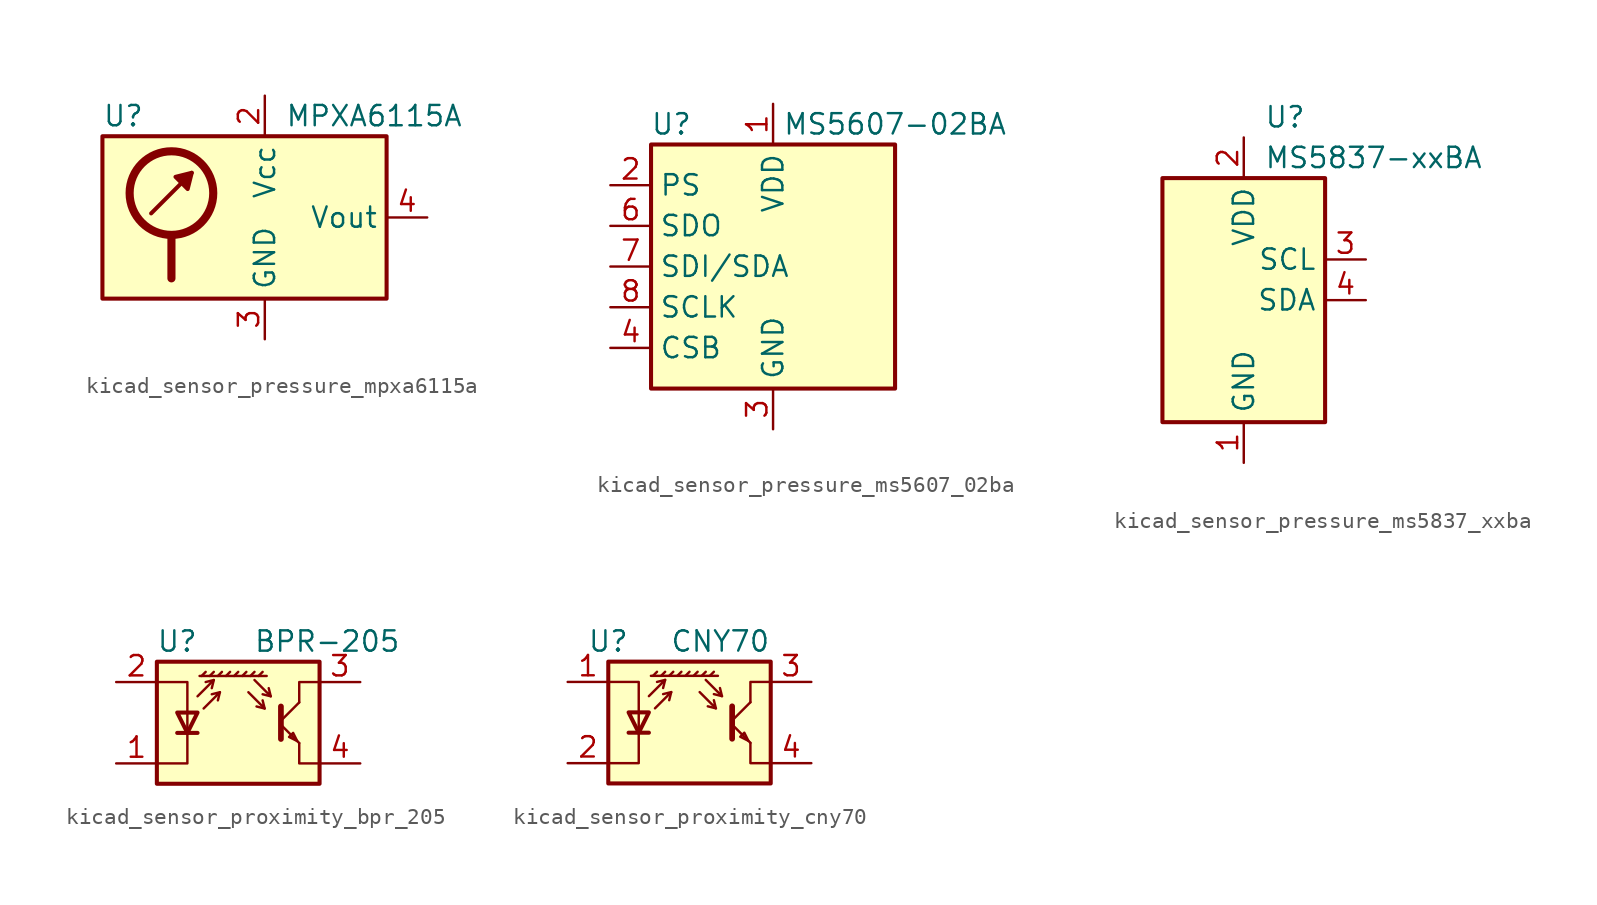
<source format=kicad_sym>
(kicad_symbol_lib
  (version 20220914)
  (generator kicad_symbol_editor)
  (symbol "kicad_sensor_pressure_mpxa6115a"
    (property "Reference" "U"
      (at -10.16 6.35 0)
      (effects (font (size 1.27 1.27)) (justify left)))
    (property "Value" "MPXA6115A"
      (at 1.27 6.35 0)
      (effects (font (size 1.27 1.27)) (justify left)))
    (symbol "kicad_sensor_pressure_mpxa6115a_0_1"
      (circle (center -5.842 1.524) (radius 2.616) (stroke (width 0.508) (type default)) (fill (type none)))
      (polyline (pts (xy -7.112 0.254) (xy -4.572 2.794)) (stroke (width 0.254) (type default)) (fill (type none)))
      (polyline (pts (xy -5.842 -1.27) (xy -5.842 -3.81)) (stroke (width 0.508) (type default)) (fill (type none)))
      (polyline (pts (xy -4.572 2.794) (xy -4.826 1.778) (xy -5.588 2.54) (xy -4.572 2.794)) (stroke (width 0.254) (type default)) (fill (type outline)))
      (rectangle (start 7.62 5.08) (end -10.16 -5.08) (stroke (width 0.254) (type default)) (fill (type background))))
    (symbol "kicad_sensor_pressure_mpxa6115a_1_1"
      (pin no_connect line (at 5.08 -5.08 90) (length 2.54) hide (name "NC" (effects (font (size 1.27 1.27)))) (number "1" (effects (font (size 1.27 1.27)))))
      (pin power_in line (at 0 7.62 270) (length 2.54) (name "Vcc" (effects (font (size 1.27 1.27)))) (number "2" (effects (font (size 1.27 1.27)))))
      (pin power_in line (at 0 -7.62 90) (length 2.54) (name "GND" (effects (font (size 1.27 1.27)))) (number "3" (effects (font (size 1.27 1.27)))))
      (pin output line (at 10.16 0 180) (length 2.54) (name "Vout" (effects (font (size 1.27 1.27)))) (number "4" (effects (font (size 1.27 1.27)))))
      (pin no_connect line (at -7.62 -5.08 90) (length 2.54) hide (name "NC" (effects (font (size 1.27 1.27)))) (number "5" (effects (font (size 1.27 1.27)))))
      (pin no_connect line (at -5.08 -5.08 90) (length 2.54) hide (name "NC" (effects (font (size 1.27 1.27)))) (number "6" (effects (font (size 1.27 1.27)))))
      (pin no_connect line (at -2.54 -5.08 90) (length 2.54) hide (name "NC" (effects (font (size 1.27 1.27)))) (number "7" (effects (font (size 1.27 1.27)))))
      (pin no_connect line (at 2.54 -5.08 90) (length 2.54) hide (name "NC" (effects (font (size 1.27 1.27)))) (number "8" (effects (font (size 1.27 1.27)))))))
  (symbol "kicad_sensor_pressure_ms5607_02ba"
    (property "Reference" "U"
      (at -6.35 8.89 0)
      (effects (font (size 1.27 1.27))))
    (property "Value" "MS5607-02BA"
      (at 7.62 8.89 0)
      (effects (font (size 1.27 1.27))))
    (symbol "kicad_sensor_pressure_ms5607_02ba_0_1"
      (rectangle (start -7.62 7.62) (end 7.62 -7.62) (stroke (width 0.254) (type default)) (fill (type background))))
    (symbol "kicad_sensor_pressure_ms5607_02ba_1_1"
      (pin power_in line (at 0 10.16 270) (length 2.54) (name "VDD" (effects (font (size 1.27 1.27)))) (number "1" (effects (font (size 1.27 1.27)))))
      (pin input line (at -10.16 5.08 0) (length 2.54) (name "PS" (effects (font (size 1.27 1.27)))) (number "2" (effects (font (size 1.27 1.27)))))
      (pin power_in line (at 0 -10.16 90) (length 2.54) (name "GND" (effects (font (size 1.27 1.27)))) (number "3" (effects (font (size 1.27 1.27)))))
      (pin input line (at -10.16 -5.08 0) (length 2.54) (name "CSB" (effects (font (size 1.27 1.27)))) (number "4" (effects (font (size 1.27 1.27)))))
      (pin input line (at -10.16 -5.08 0) (length 2.54) hide (name "CSB" (effects (font (size 1.27 1.27)))) (number "5" (effects (font (size 1.27 1.27)))))
      (pin output line (at -10.16 2.54 0) (length 2.54) (name "SDO" (effects (font (size 1.27 1.27)))) (number "6" (effects (font (size 1.27 1.27)))))
      (pin bidirectional line (at -10.16 0 0) (length 2.54) (name "SDI/SDA" (effects (font (size 1.27 1.27)))) (number "7" (effects (font (size 1.27 1.27)))))
      (pin input line (at -10.16 -2.54 0) (length 2.54) (name "SCLK" (effects (font (size 1.27 1.27)))) (number "8" (effects (font (size 1.27 1.27)))))))
  (symbol "kicad_sensor_pressure_ms5837_xxba"
    (property "Reference" "U"
      (at 1.27 11.43 0)
      (effects (font (size 1.27 1.27)) (justify left)))
    (property "Value" "MS5837-xxBA"
      (at 1.27 8.89 0)
      (effects (font (size 1.27 1.27)) (justify left)))
    (symbol "kicad_sensor_pressure_ms5837_xxba_0_1"
      (rectangle (start -5.08 7.62) (end 5.08 -7.62) (stroke (width 0.254) (type default)) (fill (type background))))
    (symbol "kicad_sensor_pressure_ms5837_xxba_1_1"
      (pin power_in line (at 0 -10.16 90) (length 2.54) (name "GND" (effects (font (size 1.27 1.27)))) (number "1" (effects (font (size 1.27 1.27)))))
      (pin power_in line (at 0 10.16 270) (length 2.54) (name "VDD" (effects (font (size 1.27 1.27)))) (number "2" (effects (font (size 1.27 1.27)))))
      (pin passive line (at 7.62 2.54 180) (length 2.54) (name "SCL" (effects (font (size 1.27 1.27)))) (number "3" (effects (font (size 1.27 1.27)))))
      (pin bidirectional line (at 7.62 0 180) (length 2.54) (name "SDA" (effects (font (size 1.27 1.27)))) (number "4" (effects (font (size 1.27 1.27)))))))
  (symbol "kicad_sensor_proximity_bpr_205"
    (pin_names
      (offset 1.016) hide)
    (property "Reference" "U"
      (at -3.81 5.08 0)
      (effects (font (size 1.27 1.27))))
    (property "Value" "BPR-205"
      (at 10.16 5.08 0)
      (effects (font (size 1.27 1.27)) (justify right)))
    (symbol "kicad_sensor_proximity_bpr_205_0_1"
      (polyline (pts (xy -3.81 -0.635) (xy -2.54 -0.635)) (stroke (width 0.254) (type default)) (fill (type none)))
      (polyline (pts (xy -2.286 2.921) (xy -2.032 3.175)) (stroke (width 0) (type default)) (fill (type none)))
      (polyline (pts (xy -1.778 2.921) (xy -1.524 3.175)) (stroke (width 0) (type default)) (fill (type none)))
      (polyline (pts (xy -1.524 2.667) (xy -1.651 2.159)) (stroke (width 0) (type default)) (fill (type none)))
      (polyline (pts (xy -1.27 2.921) (xy -1.016 3.175)) (stroke (width 0) (type default)) (fill (type none)))
      (polyline (pts (xy -1.143 1.905) (xy -1.27 1.397)) (stroke (width 0) (type default)) (fill (type none)))
      (polyline (pts (xy -0.762 2.921) (xy -0.508 3.175)) (stroke (width 0) (type default)) (fill (type none)))
      (polyline (pts (xy -0.254 2.921) (xy 0 3.175)) (stroke (width 0) (type default)) (fill (type none)))
      (polyline (pts (xy 0.254 2.921) (xy 0.508 3.175)) (stroke (width 0) (type default)) (fill (type none)))
      (polyline (pts (xy 0.762 2.921) (xy 1.016 3.175)) (stroke (width 0) (type default)) (fill (type none)))
      (polyline (pts (xy 1.27 2.921) (xy 1.524 3.175)) (stroke (width 0) (type default)) (fill (type none)))
      (polyline (pts (xy 1.651 0.889) (xy 1.143 1.016)) (stroke (width 0) (type default)) (fill (type none)))
      (polyline (pts (xy 1.778 2.921) (xy -2.413 2.921)) (stroke (width 0) (type default)) (fill (type none)))
      (polyline (pts (xy 2.032 1.651) (xy 1.524 1.778)) (stroke (width 0) (type default)) (fill (type none)))
      (polyline (pts (xy 2.667 -0.127) (xy 3.81 -1.27)) (stroke (width 0) (type default)) (fill (type none)))
      (polyline (pts (xy 2.667 0.127) (xy 3.81 1.27)) (stroke (width 0) (type default)) (fill (type none)))
      (polyline (pts (xy -2.54 1.651) (xy -1.524 2.667) (xy -2.032 2.54)) (stroke (width 0) (type default)) (fill (type none)))
      (polyline (pts (xy -2.159 0.889) (xy -1.143 1.905) (xy -1.651 1.778)) (stroke (width 0) (type default)) (fill (type none)))
      (polyline (pts (xy 0.635 1.905) (xy 1.651 0.889) (xy 1.524 1.397)) (stroke (width 0) (type default)) (fill (type none)))
      (polyline (pts (xy 1.016 2.667) (xy 2.032 1.651) (xy 1.905 2.159)) (stroke (width 0) (type default)) (fill (type none)))
      (polyline (pts (xy 2.667 1.016) (xy 2.667 -1.016) (xy 2.667 -1.016)) (stroke (width 0.356) (type default)) (fill (type none)))
      (polyline (pts (xy 3.81 -1.27) (xy 3.81 -2.54) (xy 5.08 -2.54)) (stroke (width 0) (type default)) (fill (type none)))
      (polyline (pts (xy 3.81 1.27) (xy 3.81 2.54) (xy 5.08 2.54)) (stroke (width 0) (type default)) (fill (type none)))
      (polyline (pts (xy -5.08 -2.54) (xy -3.175 -2.54) (xy -3.175 2.54) (xy -5.08 2.54)) (stroke (width 0) (type default)) (fill (type none)))
      (polyline (pts (xy -3.175 -0.635) (xy -3.81 0.635) (xy -2.54 0.635) (xy -3.175 -0.635)) (stroke (width 0.254) (type default)) (fill (type none)))
      (polyline (pts (xy 3.683 -1.143) (xy 3.429 -0.635) (xy 3.175 -0.889) (xy 3.683 -1.143)) (stroke (width 0) (type default)) (fill (type none)))
      (polyline (pts (xy -5.08 -3.81) (xy 5.08 -3.81) (xy 5.08 3.81) (xy -5.08 3.81) (xy -5.08 -3.81)) (stroke (width 0.254) (type default)) (fill (type background))))
    (symbol "kicad_sensor_proximity_bpr_205_1_1"
      (pin passive line (at -7.62 -2.54 0) (length 2.54) (name "K" (effects (font (size 1.27 1.27)))) (number "1" (effects (font (size 1.27 1.27)))))
      (pin passive line (at -7.62 2.54 0) (length 2.54) (name "A" (effects (font (size 1.27 1.27)))) (number "2" (effects (font (size 1.27 1.27)))))
      (pin open_collector line (at 7.62 2.54 180) (length 2.54) (name "C" (effects (font (size 1.27 1.27)))) (number "3" (effects (font (size 1.27 1.27)))))
      (pin open_emitter line (at 7.62 -2.54 180) (length 2.54) (name "E" (effects (font (size 1.27 1.27)))) (number "4" (effects (font (size 1.27 1.27)))))))
  (symbol "kicad_sensor_proximity_cny70"
    (pin_names
      (offset 1.016) hide)
    (property "Reference" "U"
      (at -5.08 5.08 0)
      (effects (font (size 1.27 1.27))))
    (property "Value" "CNY70"
      (at 5.08 5.08 0)
      (effects (font (size 1.27 1.27)) (justify right)))
    (symbol "kicad_sensor_proximity_cny70_0_1"
      (polyline (pts (xy -3.81 -0.635) (xy -2.54 -0.635)) (stroke (width 0.254) (type default)) (fill (type none)))
      (polyline (pts (xy -2.286 2.921) (xy -2.032 3.175)) (stroke (width 0) (type default)) (fill (type none)))
      (polyline (pts (xy -1.778 2.921) (xy -1.524 3.175)) (stroke (width 0) (type default)) (fill (type none)))
      (polyline (pts (xy -1.524 2.667) (xy -1.651 2.159)) (stroke (width 0) (type default)) (fill (type none)))
      (polyline (pts (xy -1.27 2.921) (xy -1.016 3.175)) (stroke (width 0) (type default)) (fill (type none)))
      (polyline (pts (xy -1.143 1.905) (xy -1.27 1.397)) (stroke (width 0) (type default)) (fill (type none)))
      (polyline (pts (xy -0.762 2.921) (xy -0.508 3.175)) (stroke (width 0) (type default)) (fill (type none)))
      (polyline (pts (xy -0.254 2.921) (xy 0 3.175)) (stroke (width 0) (type default)) (fill (type none)))
      (polyline (pts (xy 0.254 2.921) (xy 0.508 3.175)) (stroke (width 0) (type default)) (fill (type none)))
      (polyline (pts (xy 0.762 2.921) (xy 1.016 3.175)) (stroke (width 0) (type default)) (fill (type none)))
      (polyline (pts (xy 1.27 2.921) (xy 1.524 3.175)) (stroke (width 0) (type default)) (fill (type none)))
      (polyline (pts (xy 1.651 0.889) (xy 1.143 1.016)) (stroke (width 0) (type default)) (fill (type none)))
      (polyline (pts (xy 1.778 2.921) (xy -2.413 2.921)) (stroke (width 0) (type default)) (fill (type none)))
      (polyline (pts (xy 2.032 1.651) (xy 1.524 1.778)) (stroke (width 0) (type default)) (fill (type none)))
      (polyline (pts (xy 2.667 -0.127) (xy 3.81 -1.27)) (stroke (width 0) (type default)) (fill (type none)))
      (polyline (pts (xy 2.667 0.127) (xy 3.81 1.27)) (stroke (width 0) (type default)) (fill (type none)))
      (polyline (pts (xy -2.54 1.651) (xy -1.524 2.667) (xy -2.032 2.54)) (stroke (width 0) (type default)) (fill (type none)))
      (polyline (pts (xy -2.159 0.889) (xy -1.143 1.905) (xy -1.651 1.778)) (stroke (width 0) (type default)) (fill (type none)))
      (polyline (pts (xy 0.635 1.905) (xy 1.651 0.889) (xy 1.524 1.397)) (stroke (width 0) (type default)) (fill (type none)))
      (polyline (pts (xy 1.016 2.667) (xy 2.032 1.651) (xy 1.905 2.159)) (stroke (width 0) (type default)) (fill (type none)))
      (polyline (pts (xy 2.667 1.016) (xy 2.667 -1.016) (xy 2.667 -1.016)) (stroke (width 0.356) (type default)) (fill (type none)))
      (polyline (pts (xy 3.81 -1.27) (xy 3.81 -2.54) (xy 5.08 -2.54)) (stroke (width 0) (type default)) (fill (type none)))
      (polyline (pts (xy 3.81 1.27) (xy 3.81 2.54) (xy 5.08 2.54)) (stroke (width 0) (type default)) (fill (type none)))
      (polyline (pts (xy -5.08 -2.54) (xy -3.175 -2.54) (xy -3.175 2.54) (xy -5.08 2.54)) (stroke (width 0) (type default)) (fill (type none)))
      (polyline (pts (xy -3.175 -0.635) (xy -3.81 0.635) (xy -2.54 0.635) (xy -3.175 -0.635)) (stroke (width 0.254) (type default)) (fill (type none)))
      (polyline (pts (xy 3.683 -1.143) (xy 3.429 -0.635) (xy 3.175 -0.889) (xy 3.683 -1.143)) (stroke (width 0) (type default)) (fill (type none)))
      (polyline (pts (xy -5.08 -3.81) (xy 5.08 -3.81) (xy 5.08 3.81) (xy -5.08 3.81) (xy -5.08 -3.81)) (stroke (width 0.254) (type default)) (fill (type background))))
    (symbol "kicad_sensor_proximity_cny70_1_1"
      (pin passive line (at -7.62 2.54 0) (length 2.54) (name "A" (effects (font (size 1.27 1.27)))) (number "1" (effects (font (size 1.27 1.27)))))
      (pin passive line (at -7.62 -2.54 0) (length 2.54) (name "K" (effects (font (size 1.27 1.27)))) (number "2" (effects (font (size 1.27 1.27)))))
      (pin open_collector line (at 7.62 2.54 180) (length 2.54) (name "C" (effects (font (size 1.27 1.27)))) (number "3" (effects (font (size 1.27 1.27)))))
      (pin open_emitter line (at 7.62 -2.54 180) (length 2.54) (name "E" (effects (font (size 1.27 1.27)))) (number "4" (effects (font (size 1.27 1.27))))))))
</source>
